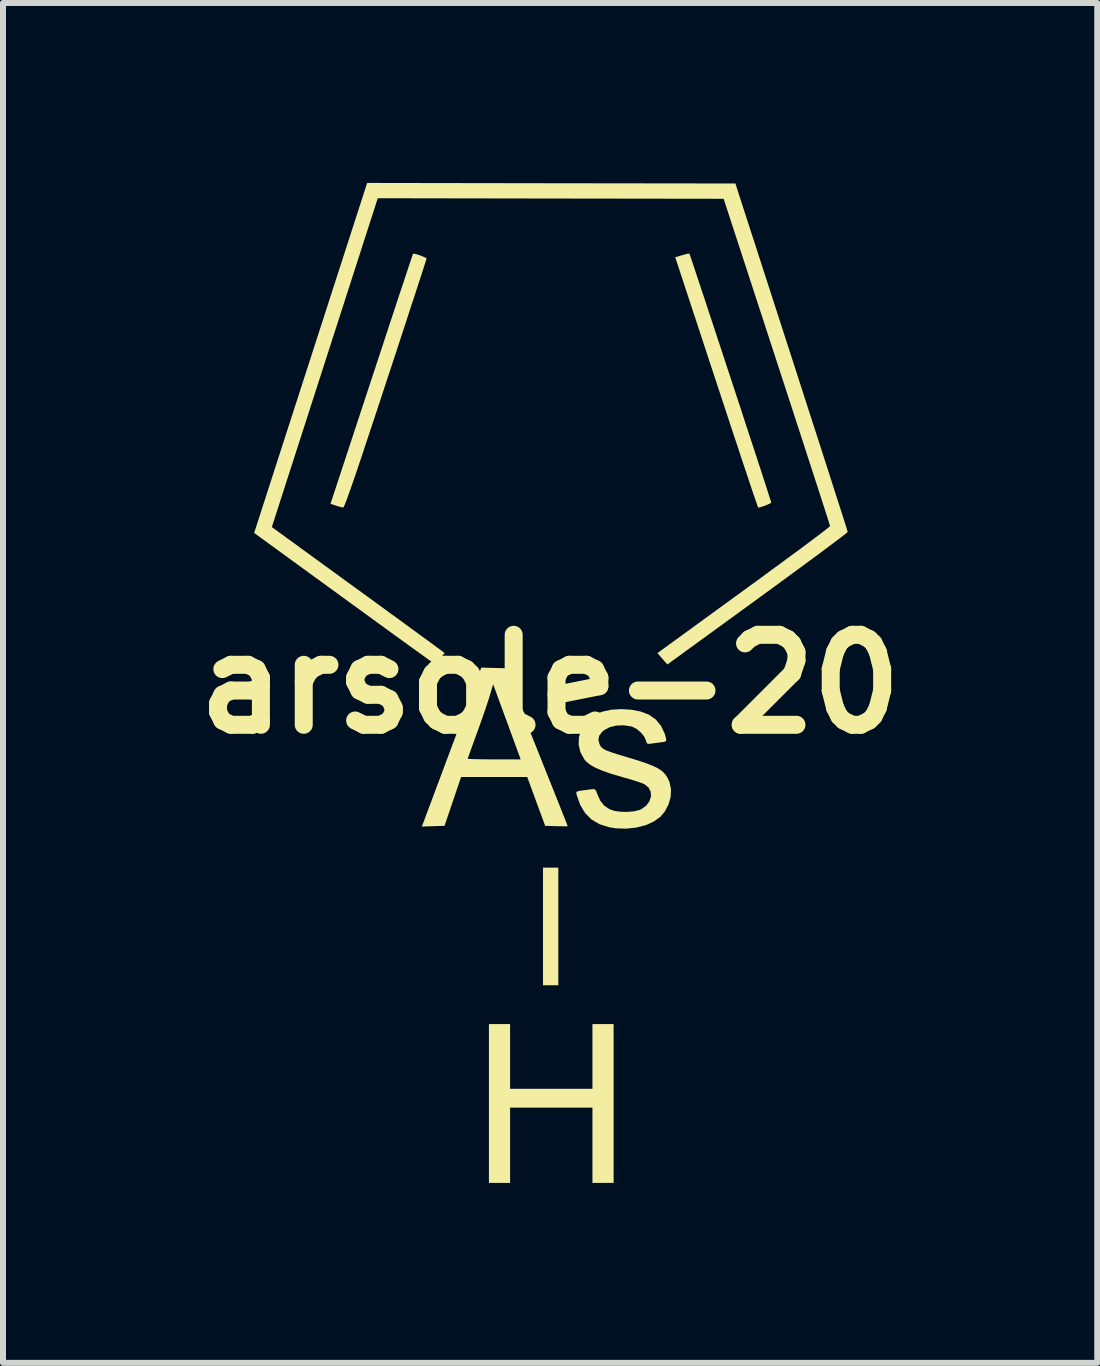
<source format=kicad_pcb>
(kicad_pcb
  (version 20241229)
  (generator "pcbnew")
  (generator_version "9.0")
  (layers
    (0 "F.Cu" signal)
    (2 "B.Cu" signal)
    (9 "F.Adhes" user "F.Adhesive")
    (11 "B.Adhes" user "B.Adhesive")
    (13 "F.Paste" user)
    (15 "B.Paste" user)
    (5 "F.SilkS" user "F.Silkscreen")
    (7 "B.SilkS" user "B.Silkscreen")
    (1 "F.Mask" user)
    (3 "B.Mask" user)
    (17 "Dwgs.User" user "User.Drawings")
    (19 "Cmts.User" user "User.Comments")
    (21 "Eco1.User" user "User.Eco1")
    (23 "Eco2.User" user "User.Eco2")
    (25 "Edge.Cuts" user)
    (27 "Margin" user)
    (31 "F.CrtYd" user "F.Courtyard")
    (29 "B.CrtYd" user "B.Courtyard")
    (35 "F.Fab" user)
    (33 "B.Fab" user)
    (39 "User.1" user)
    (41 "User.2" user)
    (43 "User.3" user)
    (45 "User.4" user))
  (footprint "arsole-20"
    (layer "F.Cu")
    (at 6.121 8.355)
    (property "Reference" "arsole-20" (at 0 0 0) (layer "F.SilkS") (effects (font (size 1.5 1.5) (thickness 0.3))))
    (attr board_only exclude_from_pos_files exclude_from_bom)
    (fp_poly (pts (xy 0.137 4.04) (xy 0.137 5.021) (xy 0.01 5.021) (xy -0.118 5.021) (xy -0.118 4.04) (xy -0.118 3.06) (xy 0.01 3.06) (xy 0.137 3.06)) (stroke (width 0) (type solid)) (fill yes) (layer "F.SilkS"))
    (fp_poly (pts (xy -0.667 6.208) (xy -0.667 6.747) (xy 0.02 6.747) (xy 0.706 6.747) (xy 0.706 6.208) (xy 0.706 5.668) (xy 0.883 5.668) (xy 1.059 5.668) (xy 1.059 6.992) (xy 1.059 8.316) (xy 0.883 8.316) (xy 0.706 8.316) (xy 0.706 7.689) (xy 0.706 7.061) (xy 0.02 7.061) (xy -0.667 7.061) (xy -0.667 7.689) (xy -0.667 8.316) (xy -0.843 8.316) (xy -1.02 8.316) (xy -1.02 6.992) (xy -1.02 5.668) (xy -0.843 5.668) (xy -0.667 5.668)) (stroke (width 0) (type solid)) (fill yes) (layer "F.SilkS"))
    (fp_poly (pts (xy 2.33 -7.157) (xy 2.348 -7.104) (xy 2.377 -7.018) (xy 2.415 -6.904) (xy 2.461 -6.765) (xy 2.515 -6.602) (xy 2.576 -6.42) (xy 2.641 -6.22) (xy 2.712 -6.007) (xy 2.786 -5.782) (xy 2.863 -5.549) (xy 2.941 -5.311) (xy 3.021 -5.07) (xy 3.1 -4.829) (xy 3.178 -4.592) (xy 3.253 -4.361) (xy 3.326 -4.139) (xy 3.395 -3.929) (xy 3.459 -3.734) (xy 3.517 -3.556) (xy 3.568 -3.399) (xy 3.611 -3.266) (xy 3.645 -3.159) (xy 3.67 -3.082) (xy 3.684 -3.037) (xy 3.687 -3.026) (xy 3.671 -3.013) (xy 3.629 -2.994) (xy 3.575 -2.972) (xy 3.521 -2.954) (xy 3.479 -2.943) (xy 3.469 -2.942) (xy 3.462 -2.96) (xy 3.443 -3.013) (xy 3.414 -3.099) (xy 3.374 -3.215) (xy 3.326 -3.359) (xy 3.27 -3.528) (xy 3.205 -3.72) (xy 3.135 -3.934) (xy 3.058 -4.165) (xy 2.976 -4.413) (xy 2.89 -4.674) (xy 2.8 -4.947) (xy 2.773 -5.029) (xy 2.086 -7.116) (xy 2.2 -7.15) (xy 2.262 -7.167) (xy 2.306 -7.177) (xy 2.322 -7.177)) (stroke (width 0) (type solid)) (fill yes) (layer "F.SilkS"))
    (fp_poly (pts (xy -2.263 -7.175) (xy -2.218 -7.163) (xy -2.162 -7.145) (xy -2.109 -7.124) (xy -2.071 -7.105) (xy -2.059 -7.095) (xy -2.065 -7.074) (xy -2.083 -7.019) (xy -2.111 -6.931) (xy -2.149 -6.813) (xy -2.197 -6.667) (xy -2.252 -6.496) (xy -2.316 -6.303) (xy -2.386 -6.088) (xy -2.462 -5.856) (xy -2.543 -5.608) (xy -2.629 -5.346) (xy -2.719 -5.074) (xy -2.74 -5.01) (xy -2.851 -4.672) (xy -2.951 -4.37) (xy -3.04 -4.102) (xy -3.118 -3.866) (xy -3.187 -3.661) (xy -3.246 -3.486) (xy -3.297 -3.338) (xy -3.34 -3.217) (xy -3.374 -3.12) (xy -3.402 -3.046) (xy -3.423 -2.993) (xy -3.438 -2.96) (xy -3.448 -2.945) (xy -3.451 -2.944) (xy -3.487 -2.951) (xy -3.543 -2.967) (xy -3.571 -2.976) (xy -3.661 -3.006) (xy -2.976 -5.087) (xy -2.885 -5.363) (xy -2.798 -5.627) (xy -2.715 -5.879) (xy -2.637 -6.116) (xy -2.565 -6.335) (xy -2.499 -6.534) (xy -2.44 -6.71) (xy -2.39 -6.862) (xy -2.349 -6.986) (xy -2.317 -7.081) (xy -2.295 -7.145) (xy -2.285 -7.174) (xy -2.285 -7.175)) (stroke (width 0) (type solid)) (fill yes) (layer "F.SilkS"))
    (fp_poly (pts (xy -0.952 -0.27) (xy -0.757 -0.265) (xy -0.231 1.049) (xy -0.145 1.264) (xy -0.064 1.469) (xy 0.013 1.66) (xy 0.082 1.834) (xy 0.144 1.989) (xy 0.196 2.121) (xy 0.239 2.228) (xy 0.27 2.307) (xy 0.289 2.355) (xy 0.294 2.369) (xy 0.276 2.371) (xy 0.227 2.371) (xy 0.156 2.37) (xy 0.106 2.369) (xy -0.082 2.363) (xy -0.232 1.956) (xy -0.381 1.549) (xy -0.933 1.549) (xy -1.484 1.549) (xy -1.622 1.956) (xy -1.76 2.363) (xy -1.949 2.369) (xy -2.138 2.375) (xy -2.103 2.281) (xy -2.09 2.247) (xy -2.065 2.179) (xy -2.028 2.081) (xy -1.981 1.957) (xy -1.926 1.808) (xy -1.863 1.64) (xy -1.794 1.455) (xy -1.72 1.257) (xy -1.715 1.244) (xy -1.373 1.244) (xy -1.354 1.247) (xy -1.302 1.25) (xy -1.221 1.252) (xy -1.118 1.254) (xy -0.998 1.255) (xy -0.932 1.255) (xy -0.491 1.255) (xy -0.546 1.103) (xy -0.569 1.042) (xy -0.602 0.951) (xy -0.644 0.837) (xy -0.691 0.708) (xy -0.741 0.571) (xy -0.776 0.477) (xy -0.949 0.003) (xy -1.015 0.222) (xy -1.043 0.31) (xy -1.082 0.425) (xy -1.127 0.557) (xy -1.176 0.695) (xy -1.225 0.83) (xy -1.227 0.837) (xy -1.27 0.954) (xy -1.308 1.058) (xy -1.339 1.144) (xy -1.361 1.207) (xy -1.372 1.24) (xy -1.373 1.244) (xy -1.715 1.244) (xy -1.642 1.048) (xy -1.607 0.956) (xy -1.147 -0.275)) (stroke (width 0) (type solid)) (fill yes) (layer "F.SilkS"))
    (fp_poly (pts (xy 0.019 -8.35) (xy 3.089 -8.346) (xy 4.025 -5.453) (xy 4.13 -5.127) (xy 4.232 -4.811) (xy 4.33 -4.507) (xy 4.424 -4.217) (xy 4.512 -3.944) (xy 4.594 -3.689) (xy 4.67 -3.453) (xy 4.738 -3.24) (xy 4.799 -3.051) (xy 4.851 -2.889) (xy 4.894 -2.755) (xy 4.927 -2.651) (xy 4.949 -2.579) (xy 4.96 -2.542) (xy 4.962 -2.537) (xy 4.946 -2.522) (xy 4.901 -2.486) (xy 4.829 -2.431) (xy 4.731 -2.357) (xy 4.61 -2.267) (xy 4.469 -2.161) (xy 4.309 -2.043) (xy 4.132 -1.913) (xy 3.941 -1.773) (xy 3.738 -1.624) (xy 3.525 -1.469) (xy 3.458 -1.42) (xy 1.955 -0.327) (xy 1.872 -0.422) (xy 1.79 -0.517) (xy 3.229 -1.564) (xy 3.44 -1.717) (xy 3.641 -1.865) (xy 3.831 -2.004) (xy 4.007 -2.134) (xy 4.168 -2.252) (xy 4.31 -2.358) (xy 4.431 -2.449) (xy 4.53 -2.524) (xy 4.604 -2.581) (xy 4.65 -2.618) (xy 4.667 -2.634) (xy 4.667 -2.634) (xy 4.661 -2.655) (xy 4.644 -2.711) (xy 4.615 -2.801) (xy 4.577 -2.921) (xy 4.529 -3.07) (xy 4.472 -3.247) (xy 4.407 -3.447) (xy 4.334 -3.671) (xy 4.255 -3.915) (xy 4.17 -4.177) (xy 4.079 -4.456) (xy 3.984 -4.749) (xy 3.884 -5.055) (xy 3.781 -5.37) (xy 3.78 -5.374) (xy 2.893 -8.091) (xy 0.01 -8.095) (xy -2.873 -8.1) (xy -3.756 -5.359) (xy -4.639 -2.618) (xy -3.251 -1.608) (xy -3.042 -1.457) (xy -2.842 -1.311) (xy -2.653 -1.173) (xy -2.476 -1.045) (xy -2.316 -0.927) (xy -2.173 -0.823) (xy -2.05 -0.733) (xy -1.95 -0.66) (xy -1.875 -0.605) (xy -1.827 -0.57) (xy -1.81 -0.557) (xy -1.758 -0.516) (xy -1.833 -0.425) (xy -1.874 -0.376) (xy -1.906 -0.344) (xy -1.92 -0.334) (xy -1.937 -0.346) (xy -1.984 -0.378) (xy -2.058 -0.431) (xy -2.157 -0.503) (xy -2.279 -0.59) (xy -2.422 -0.694) (xy -2.583 -0.81) (xy -2.76 -0.939) (xy -2.952 -1.078) (xy -3.155 -1.226) (xy -3.368 -1.38) (xy -3.433 -1.428) (xy -4.934 -2.52) (xy -3.992 -5.438) (xy -3.05 -8.355)) (stroke (width 0) (type solid)) (fill yes) (layer "F.SilkS"))
    (fp_poly (pts (xy 1.352 0.427) (xy 1.508 0.457) (xy 1.642 0.507) (xy 1.646 0.509) (xy 1.761 0.589) (xy 1.851 0.698) (xy 1.913 0.832) (xy 1.931 0.897) (xy 1.937 0.934) (xy 1.929 0.953) (xy 1.897 0.964) (xy 1.85 0.971) (xy 1.775 0.98) (xy 1.703 0.99) (xy 1.684 0.993) (xy 1.636 0.997) (xy 1.613 0.985) (xy 1.6 0.948) (xy 1.599 0.942) (xy 1.568 0.874) (xy 1.512 0.805) (xy 1.441 0.746) (xy 1.368 0.71) (xy 1.363 0.708) (xy 1.233 0.687) (xy 1.106 0.691) (xy 0.991 0.719) (xy 0.896 0.771) (xy 0.869 0.794) (xy 0.818 0.862) (xy 0.805 0.932) (xy 0.827 1.009) (xy 0.844 1.039) (xy 0.868 1.065) (xy 0.904 1.089) (xy 0.957 1.114) (xy 1.033 1.141) (xy 1.136 1.174) (xy 1.272 1.215) (xy 1.278 1.217) (xy 1.454 1.27) (xy 1.596 1.317) (xy 1.709 1.361) (xy 1.796 1.403) (xy 1.863 1.447) (xy 1.913 1.496) (xy 1.952 1.551) (xy 1.983 1.615) (xy 1.991 1.636) (xy 2.016 1.753) (xy 2.01 1.88) (xy 1.974 2.007) (xy 1.912 2.125) (xy 1.841 2.21) (xy 1.731 2.29) (xy 1.595 2.352) (xy 1.438 2.392) (xy 1.271 2.41) (xy 1.099 2.405) (xy 0.981 2.386) (xy 0.822 2.335) (xy 0.69 2.257) (xy 0.584 2.151) (xy 0.502 2.014) (xy 0.443 1.847) (xy 0.44 1.836) (xy 0.436 1.807) (xy 0.448 1.791) (xy 0.486 1.781) (xy 0.523 1.775) (xy 0.597 1.766) (xy 0.667 1.756) (xy 0.686 1.754) (xy 0.727 1.75) (xy 0.752 1.759) (xy 0.771 1.79) (xy 0.789 1.84) (xy 0.838 1.946) (xy 0.9 2.024) (xy 0.986 2.084) (xy 0.987 2.084) (xy 1.069 2.113) (xy 1.173 2.128) (xy 1.287 2.131) (xy 1.398 2.121) (xy 1.491 2.099) (xy 1.522 2.085) (xy 1.604 2.025) (xy 1.657 1.952) (xy 1.682 1.873) (xy 1.677 1.795) (xy 1.642 1.725) (xy 1.576 1.671) (xy 1.569 1.667) (xy 1.524 1.649) (xy 1.45 1.623) (xy 1.356 1.594) (xy 1.251 1.563) (xy 1.204 1.55) (xy 1.019 1.496) (xy 0.87 1.444) (xy 0.752 1.393) (xy 0.663 1.341) (xy 0.598 1.287) (xy 0.57 1.254) (xy 0.505 1.134) (xy 0.476 1.009) (xy 0.481 0.884) (xy 0.517 0.764) (xy 0.582 0.654) (xy 0.675 0.561) (xy 0.794 0.488) (xy 0.869 0.46) (xy 1.021 0.427) (xy 1.186 0.417)) (stroke (width 0) (type solid)) (fill yes) (layer "F.SilkS")))
  (gr_rect
    (start -3 -3)
    (end 15.243 19.671)
    (stroke (width 0.1) (type default))
    (fill no)
    (layer "Edge.Cuts")))
</source>
